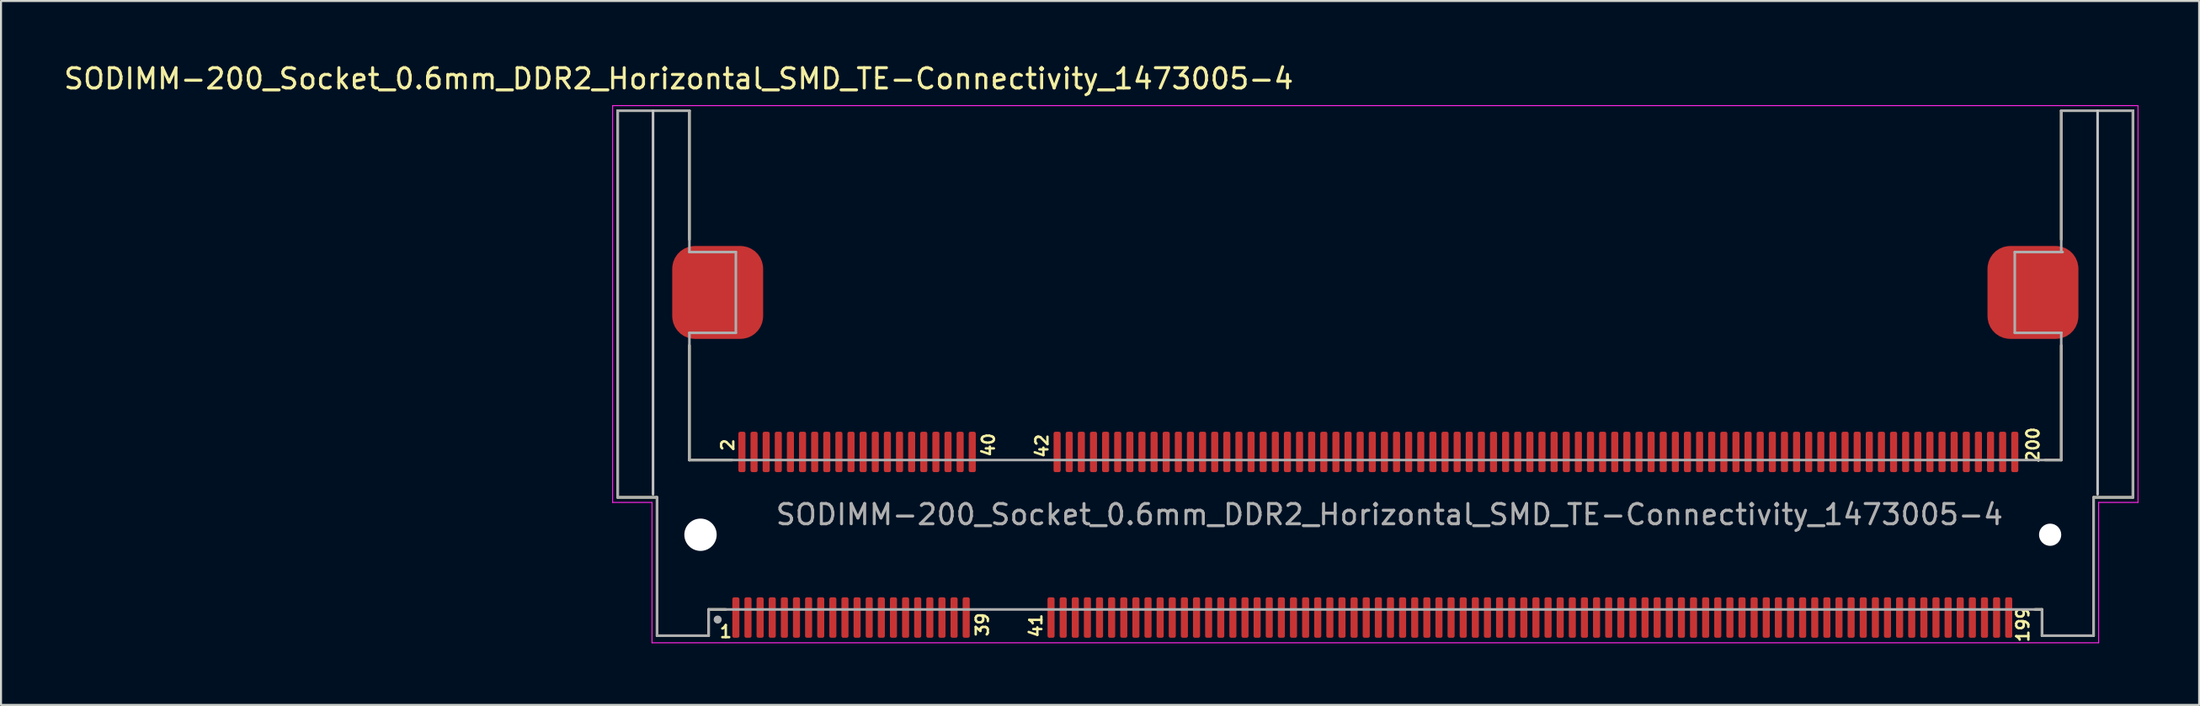
<source format=kicad_pcb>
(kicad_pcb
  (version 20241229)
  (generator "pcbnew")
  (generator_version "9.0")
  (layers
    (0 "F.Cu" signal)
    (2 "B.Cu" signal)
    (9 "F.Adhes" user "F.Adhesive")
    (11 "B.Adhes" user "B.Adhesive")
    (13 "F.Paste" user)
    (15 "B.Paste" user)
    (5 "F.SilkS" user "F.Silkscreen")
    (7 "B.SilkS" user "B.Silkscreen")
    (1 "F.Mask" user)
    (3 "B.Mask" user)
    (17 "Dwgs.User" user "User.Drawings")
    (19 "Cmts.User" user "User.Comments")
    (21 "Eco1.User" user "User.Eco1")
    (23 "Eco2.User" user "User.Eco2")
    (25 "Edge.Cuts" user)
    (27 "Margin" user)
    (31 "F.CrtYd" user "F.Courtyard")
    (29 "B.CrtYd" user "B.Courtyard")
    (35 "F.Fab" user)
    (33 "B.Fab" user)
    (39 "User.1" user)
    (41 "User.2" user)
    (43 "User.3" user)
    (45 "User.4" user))
  (footprint "SODIMM-200_Socket_0.6mm_DDR2_Horizontal_SMD_TE-Connectivity_1473005-4"
    (layer "F.Cu")
    (at 65.022 23.432)
    (property "Reference" "SODIMM-200_Socket_0.6mm_DDR2_Horizontal_SMD_TE-Connectivity_1473005-4" (at -34.48 -22.583 0) (unlocked yes) (layer "F.SilkS") (effects (font (size 1.002 1.002) (thickness 0.15))))
    (attr smd)
    (fp_line (start -37.5 -21) (end -37.5 -1.85) (stroke (width 0.127) (type solid)) (layer "F.SilkS"))
    (fp_line (start -37.5 -1.85) (end -35.55 -1.85) (stroke (width 0.127) (type solid)) (layer "F.SilkS"))
    (fp_line (start -35.55 -1.85) (end -35.55 5) (stroke (width 0.127) (type solid)) (layer "F.SilkS"))
    (fp_line (start -33.95 -21) (end -37.5 -21) (stroke (width 0.127) (type solid)) (layer "F.SilkS"))
    (fp_line (start -33.95 -14.62) (end -33.95 -21) (stroke (width 0.127) (type solid)) (layer "F.SilkS"))
    (fp_line (start -33.95 -3.7) (end -33.95 -9.38) (stroke (width 0.127) (type solid)) (layer "F.SilkS"))
    (fp_line (start -33.95 -3.7) (end -31.845 -3.7) (stroke (width 0.127) (type solid)) (layer "F.SilkS"))
    (fp_line (start -33 3.7) (end -33 5) (stroke (width 0.127) (type solid)) (layer "F.SilkS"))
    (fp_line (start -33 3.7) (end -32.145 3.7) (stroke (width 0.127) (type solid)) (layer "F.SilkS"))
    (fp_line (start -33 5) (end -35.55 5) (stroke (width 0.127) (type solid)) (layer "F.SilkS"))
    (fp_line (start 32.65 3.7) (end 33 3.7) (stroke (width 0.127) (type solid)) (layer "F.SilkS"))
    (fp_line (start 33 3.7) (end 33 5) (stroke (width 0.127) (type solid)) (layer "F.SilkS"))
    (fp_line (start 33 5) (end 35.55 5) (stroke (width 0.127) (type solid)) (layer "F.SilkS"))
    (fp_line (start 33.15 -3.7) (end 33.95 -3.7) (stroke (width 0.127) (type solid)) (layer "F.SilkS"))
    (fp_line (start 33.95 -21) (end 37.5 -21) (stroke (width 0.127) (type solid)) (layer "F.SilkS"))
    (fp_line (start 33.95 -14.62) (end 33.95 -21) (stroke (width 0.127) (type solid)) (layer "F.SilkS"))
    (fp_line (start 33.95 -3.7) (end 33.95 -9.38) (stroke (width 0.127) (type solid)) (layer "F.SilkS"))
    (fp_line (start 35.55 -1.85) (end 35.55 5) (stroke (width 0.127) (type solid)) (layer "F.SilkS"))
    (fp_line (start 35.55 -1.85) (end 37.5 -1.85) (stroke (width 0.127) (type solid)) (layer "F.SilkS"))
    (fp_line (start 37.5 -21) (end 37.5 -1.85) (stroke (width 0.127) (type solid)) (layer "F.SilkS"))
    (fp_line (start -35.75 -21) (end -35.75 -2) (stroke (width 0.127) (type solid)) (layer "Dwgs.User"))
    (fp_line (start 35.75 -21) (end 35.75 -2) (stroke (width 0.127) (type solid)) (layer "Dwgs.User"))
    (fp_line (start -37.75 -21.25) (end 37.75 -21.25) (stroke (width 0.05) (type solid)) (layer "F.CrtYd"))
    (fp_line (start -37.75 -1.6) (end -37.75 -21.25) (stroke (width 0.05) (type solid)) (layer "F.CrtYd"))
    (fp_line (start -35.8 -1.6) (end -37.75 -1.6) (stroke (width 0.05) (type solid)) (layer "F.CrtYd"))
    (fp_line (start -35.8 5.35) (end -35.8 -1.6) (stroke (width 0.05) (type solid)) (layer "F.CrtYd"))
    (fp_line (start 35.8 -1.6) (end 35.8 5.35) (stroke (width 0.05) (type solid)) (layer "F.CrtYd"))
    (fp_line (start 35.8 5.35) (end -35.8 5.35) (stroke (width 0.05) (type solid)) (layer "F.CrtYd"))
    (fp_line (start 37.75 -21.25) (end 37.75 -1.6) (stroke (width 0.05) (type solid)) (layer "F.CrtYd"))
    (fp_line (start 37.75 -1.6) (end 35.8 -1.6) (stroke (width 0.05) (type solid)) (layer "F.CrtYd"))
    (fp_line (start -37.5 -21) (end -37.5 -1.85) (stroke (width 0.127) (type solid)) (layer "F.Fab"))
    (fp_line (start -37.5 -1.85) (end -35.55 -1.85) (stroke (width 0.127) (type solid)) (layer "F.Fab"))
    (fp_line (start -35.55 -1.85) (end -35.55 5) (stroke (width 0.127) (type solid)) (layer "F.Fab"))
    (fp_line (start -33.95 -21) (end -37.5 -21) (stroke (width 0.127) (type solid)) (layer "F.Fab"))
    (fp_line (start -33.95 -14) (end -33.95 -21) (stroke (width 0.127) (type solid)) (layer "F.Fab"))
    (fp_line (start -33.95 -10) (end -31.65 -10) (stroke (width 0.127) (type solid)) (layer "F.Fab"))
    (fp_line (start -33.95 -3.7) (end -33.95 -10) (stroke (width 0.127) (type solid)) (layer "F.Fab"))
    (fp_line (start -33.95 -3.7) (end 33.95 -3.7) (stroke (width 0.127) (type solid)) (layer "F.Fab"))
    (fp_line (start -33 3.7) (end -33 5) (stroke (width 0.127) (type solid)) (layer "F.Fab"))
    (fp_line (start -33 3.7) (end 33 3.7) (stroke (width 0.127) (type solid)) (layer "F.Fab"))
    (fp_line (start -33 5) (end -35.55 5) (stroke (width 0.127) (type solid)) (layer "F.Fab"))
    (fp_line (start -31.65 -14) (end -33.95 -14) (stroke (width 0.127) (type solid)) (layer "F.Fab"))
    (fp_line (start -31.65 -10) (end -31.65 -14) (stroke (width 0.127) (type solid)) (layer "F.Fab"))
    (fp_line (start 31.65 -14) (end 33.95 -14) (stroke (width 0.127) (type solid)) (layer "F.Fab"))
    (fp_line (start 31.65 -10) (end 31.65 -14) (stroke (width 0.127) (type solid)) (layer "F.Fab"))
    (fp_line (start 33 3.7) (end 33 5) (stroke (width 0.127) (type solid)) (layer "F.Fab"))
    (fp_line (start 33 5) (end 35.55 5) (stroke (width 0.127) (type solid)) (layer "F.Fab"))
    (fp_line (start 33.95 -21) (end 37.5 -21) (stroke (width 0.127) (type solid)) (layer "F.Fab"))
    (fp_line (start 33.95 -14) (end 33.95 -21) (stroke (width 0.127) (type solid)) (layer "F.Fab"))
    (fp_line (start 33.95 -14) (end 34.02 -14) (stroke (width 0.127) (type solid)) (layer "F.Fab"))
    (fp_line (start 33.95 -10) (end 31.65 -10) (stroke (width 0.127) (type solid)) (layer "F.Fab"))
    (fp_line (start 33.95 -3.7) (end 33.95 -10) (stroke (width 0.127) (type solid)) (layer "F.Fab"))
    (fp_line (start 33.96 -10) (end 33.95 -10) (stroke (width 0.127) (type solid)) (layer "F.Fab"))
    (fp_line (start 35.55 -1.85) (end 37.5 -1.85) (stroke (width 0.127) (type solid)) (layer "F.Fab"))
    (fp_line (start 35.55 5) (end 35.55 -1.85) (stroke (width 0.127) (type solid)) (layer "F.Fab"))
    (fp_line (start 37.5 -21) (end 37.5 -1.85) (stroke (width 0.127) (type solid)) (layer "F.Fab"))
    (fp_circle (center -32.55 4.2) (end -32.45 4.2) (stroke (width 0.2) (type solid)) (fill no) (layer "F.Fab"))
    (fp_text user "1" (at -32.15 4.8 180) (layer "F.SilkS") (effects (font (size 0.6 0.6) (thickness 0.12))))
    (fp_text user "42" (at -16.5 -4.4 90) (layer "F.SilkS") (effects (font (size 0.6 0.6) (thickness 0.12))))
    (fp_text user "199" (at 32.05 4.45 90) (layer "F.SilkS") (effects (font (size 0.6 0.6) (thickness 0.12))))
    (fp_text user "41" (at -16.8 4.5 90) (layer "F.SilkS") (effects (font (size 0.6 0.6) (thickness 0.12))))
    (fp_text user "200" (at 32.55 -4.45 90) (layer "F.SilkS") (effects (font (size 0.6 0.6) (thickness 0.12))))
    (fp_text user "40" (at -19.15 -4.45 90) (layer "F.SilkS") (effects (font (size 0.6 0.6) (thickness 0.12))))
    (fp_text user "39" (at -19.45 4.45 90) (layer "F.SilkS") (effects (font (size 0.6 0.6) (thickness 0.12))))
    (fp_text user "2" (at -32.05 -4.45 90) (layer "F.SilkS") (effects (font (size 0.6 0.6) (thickness 0.12))))
    (fp_text user "${REFERENCE}" (at 0.7 -1 0) (layer "F.Fab") (effects (font (size 1 1) (thickness 0.15))))
    (pad "" np_thru_hole circle (at -33.4 0) (size 1.6 1.6) (drill 1.6) (layers "*.Cu" "*.Mask"))
    (pad "" np_thru_hole circle (at 33.4 0) (size 1.1 1.1) (drill 1.1) (layers "*.Cu" "*.Mask"))
    (pad "1" smd roundrect (at -31.65 4.1) (size 0.35 2) (layers "F.Cu" "F.Mask" "F.Paste") (roundrect_rratio 0.25))
    (pad "2" smd roundrect (at -31.35 -4.1) (size 0.35 2) (layers "F.Cu" "F.Mask" "F.Paste") (roundrect_rratio 0.25))
    (pad "3" smd roundrect (at -31.05 4.1) (size 0.35 2) (layers "F.Cu" "F.Mask" "F.Paste") (roundrect_rratio 0.25))
    (pad "4" smd roundrect (at -30.75 -4.1) (size 0.35 2) (layers "F.Cu" "F.Mask" "F.Paste") (roundrect_rratio 0.25))
    (pad "5" smd roundrect (at -30.45 4.1) (size 0.35 2) (layers "F.Cu" "F.Mask" "F.Paste") (roundrect_rratio 0.25))
    (pad "6" smd roundrect (at -30.15 -4.1) (size 0.35 2) (layers "F.Cu" "F.Mask" "F.Paste") (roundrect_rratio 0.25))
    (pad "7" smd roundrect (at -29.85 4.1) (size 0.35 2) (layers "F.Cu" "F.Mask" "F.Paste") (roundrect_rratio 0.25))
    (pad "8" smd roundrect (at -29.55 -4.1) (size 0.35 2) (layers "F.Cu" "F.Mask" "F.Paste") (roundrect_rratio 0.25))
    (pad "9" smd roundrect (at -29.25 4.1) (size 0.35 2) (layers "F.Cu" "F.Mask" "F.Paste") (roundrect_rratio 0.25))
    (pad "10" smd roundrect (at -28.95 -4.1) (size 0.35 2) (layers "F.Cu" "F.Mask" "F.Paste") (roundrect_rratio 0.25))
    (pad "11" smd roundrect (at -28.65 4.1) (size 0.35 2) (layers "F.Cu" "F.Mask" "F.Paste") (roundrect_rratio 0.25))
    (pad "12" smd roundrect (at -28.35 -4.1) (size 0.35 2) (layers "F.Cu" "F.Mask" "F.Paste") (roundrect_rratio 0.25))
    (pad "13" smd roundrect (at -28.05 4.1) (size 0.35 2) (layers "F.Cu" "F.Mask" "F.Paste") (roundrect_rratio 0.25))
    (pad "14" smd roundrect (at -27.75 -4.1) (size 0.35 2) (layers "F.Cu" "F.Mask" "F.Paste") (roundrect_rratio 0.25))
    (pad "15" smd roundrect (at -27.45 4.1) (size 0.35 2) (layers "F.Cu" "F.Mask" "F.Paste") (roundrect_rratio 0.25))
    (pad "16" smd roundrect (at -27.15 -4.1) (size 0.35 2) (layers "F.Cu" "F.Mask" "F.Paste") (roundrect_rratio 0.25))
    (pad "17" smd roundrect (at -26.85 4.1) (size 0.35 2) (layers "F.Cu" "F.Mask" "F.Paste") (roundrect_rratio 0.25))
    (pad "18" smd roundrect (at -26.55 -4.1) (size 0.35 2) (layers "F.Cu" "F.Mask" "F.Paste") (roundrect_rratio 0.25))
    (pad "19" smd roundrect (at -26.25 4.1) (size 0.35 2) (layers "F.Cu" "F.Mask" "F.Paste") (roundrect_rratio 0.25))
    (pad "20" smd roundrect (at -25.95 -4.1) (size 0.35 2) (layers "F.Cu" "F.Mask" "F.Paste") (roundrect_rratio 0.25))
    (pad "21" smd roundrect (at -25.65 4.1) (size 0.35 2) (layers "F.Cu" "F.Mask" "F.Paste") (roundrect_rratio 0.25))
    (pad "22" smd roundrect (at -25.35 -4.1) (size 0.35 2) (layers "F.Cu" "F.Mask" "F.Paste") (roundrect_rratio 0.25))
    (pad "23" smd roundrect (at -25.05 4.1) (size 0.35 2) (layers "F.Cu" "F.Mask" "F.Paste") (roundrect_rratio 0.25))
    (pad "24" smd roundrect (at -24.75 -4.1) (size 0.35 2) (layers "F.Cu" "F.Mask" "F.Paste") (roundrect_rratio 0.25))
    (pad "25" smd roundrect (at -24.45 4.1) (size 0.35 2) (layers "F.Cu" "F.Mask" "F.Paste") (roundrect_rratio 0.25))
    (pad "26" smd roundrect (at -24.15 -4.1) (size 0.35 2) (layers "F.Cu" "F.Mask" "F.Paste") (roundrect_rratio 0.25))
    (pad "27" smd roundrect (at -23.85 4.1) (size 0.35 2) (layers "F.Cu" "F.Mask" "F.Paste") (roundrect_rratio 0.25))
    (pad "28" smd roundrect (at -23.55 -4.1) (size 0.35 2) (layers "F.Cu" "F.Mask" "F.Paste") (roundrect_rratio 0.25))
    (pad "29" smd roundrect (at -23.25 4.1) (size 0.35 2) (layers "F.Cu" "F.Mask" "F.Paste") (roundrect_rratio 0.25))
    (pad "30" smd roundrect (at -22.95 -4.1) (size 0.35 2) (layers "F.Cu" "F.Mask" "F.Paste") (roundrect_rratio 0.25))
    (pad "31" smd roundrect (at -22.65 4.1) (size 0.35 2) (layers "F.Cu" "F.Mask" "F.Paste") (roundrect_rratio 0.25))
    (pad "32" smd roundrect (at -22.35 -4.1) (size 0.35 2) (layers "F.Cu" "F.Mask" "F.Paste") (roundrect_rratio 0.25))
    (pad "33" smd roundrect (at -22.05 4.1) (size 0.35 2) (layers "F.Cu" "F.Mask" "F.Paste") (roundrect_rratio 0.25))
    (pad "34" smd roundrect (at -21.75 -4.1) (size 0.35 2) (layers "F.Cu" "F.Mask" "F.Paste") (roundrect_rratio 0.25))
    (pad "35" smd roundrect (at -21.45 4.1) (size 0.35 2) (layers "F.Cu" "F.Mask" "F.Paste") (roundrect_rratio 0.25))
    (pad "36" smd roundrect (at -21.15 -4.1) (size 0.35 2) (layers "F.Cu" "F.Mask" "F.Paste") (roundrect_rratio 0.25))
    (pad "37" smd roundrect (at -20.85 4.1) (size 0.35 2) (layers "F.Cu" "F.Mask" "F.Paste") (roundrect_rratio 0.25))
    (pad "38" smd roundrect (at -20.55 -4.1) (size 0.35 2) (layers "F.Cu" "F.Mask" "F.Paste") (roundrect_rratio 0.25))
    (pad "39" smd roundrect (at -20.25 4.1) (size 0.35 2) (layers "F.Cu" "F.Mask" "F.Paste") (roundrect_rratio 0.25))
    (pad "40" smd roundrect (at -19.95 -4.1) (size 0.35 2) (layers "F.Cu" "F.Mask" "F.Paste") (roundrect_rratio 0.25))
    (pad "41" smd roundrect (at -16.05 4.1) (size 0.35 2) (layers "F.Cu" "F.Mask" "F.Paste") (roundrect_rratio 0.25))
    (pad "42" smd roundrect (at -15.75 -4.1) (size 0.35 2) (layers "F.Cu" "F.Mask" "F.Paste") (roundrect_rratio 0.25))
    (pad "43" smd roundrect (at -15.45 4.1) (size 0.35 2) (layers "F.Cu" "F.Mask" "F.Paste") (roundrect_rratio 0.25))
    (pad "44" smd roundrect (at -15.15 -4.1) (size 0.35 2) (layers "F.Cu" "F.Mask" "F.Paste") (roundrect_rratio 0.25))
    (pad "45" smd roundrect (at -14.85 4.1) (size 0.35 2) (layers "F.Cu" "F.Mask" "F.Paste") (roundrect_rratio 0.25))
    (pad "46" smd roundrect (at -14.55 -4.1) (size 0.35 2) (layers "F.Cu" "F.Mask" "F.Paste") (roundrect_rratio 0.25))
    (pad "47" smd roundrect (at -14.25 4.1) (size 0.35 2) (layers "F.Cu" "F.Mask" "F.Paste") (roundrect_rratio 0.25))
    (pad "48" smd roundrect (at -13.95 -4.1) (size 0.35 2) (layers "F.Cu" "F.Mask" "F.Paste") (roundrect_rratio 0.25))
    (pad "49" smd roundrect (at -13.65 4.1) (size 0.35 2) (layers "F.Cu" "F.Mask" "F.Paste") (roundrect_rratio 0.25))
    (pad "50" smd roundrect (at -13.35 -4.1) (size 0.35 2) (layers "F.Cu" "F.Mask" "F.Paste") (roundrect_rratio 0.25))
    (pad "51" smd roundrect (at -13.05 4.1) (size 0.35 2) (layers "F.Cu" "F.Mask" "F.Paste") (roundrect_rratio 0.25))
    (pad "52" smd roundrect (at -12.75 -4.1) (size 0.35 2) (layers "F.Cu" "F.Mask" "F.Paste") (roundrect_rratio 0.25))
    (pad "53" smd roundrect (at -12.45 4.1) (size 0.35 2) (layers "F.Cu" "F.Mask" "F.Paste") (roundrect_rratio 0.25))
    (pad "54" smd roundrect (at -12.15 -4.1) (size 0.35 2) (layers "F.Cu" "F.Mask" "F.Paste") (roundrect_rratio 0.25))
    (pad "55" smd roundrect (at -11.85 4.1) (size 0.35 2) (layers "F.Cu" "F.Mask" "F.Paste") (roundrect_rratio 0.25))
    (pad "56" smd roundrect (at -11.55 -4.1) (size 0.35 2) (layers "F.Cu" "F.Mask" "F.Paste") (roundrect_rratio 0.25))
    (pad "57" smd roundrect (at -11.25 4.1) (size 0.35 2) (layers "F.Cu" "F.Mask" "F.Paste") (roundrect_rratio 0.25))
    (pad "58" smd roundrect (at -10.95 -4.1) (size 0.35 2) (layers "F.Cu" "F.Mask" "F.Paste") (roundrect_rratio 0.25))
    (pad "59" smd roundrect (at -10.65 4.1) (size 0.35 2) (layers "F.Cu" "F.Mask" "F.Paste") (roundrect_rratio 0.25))
    (pad "60" smd roundrect (at -10.35 -4.1) (size 0.35 2) (layers "F.Cu" "F.Mask" "F.Paste") (roundrect_rratio 0.25))
    (pad "61" smd roundrect (at -10.05 4.1) (size 0.35 2) (layers "F.Cu" "F.Mask" "F.Paste") (roundrect_rratio 0.25))
    (pad "62" smd roundrect (at -9.75 -4.1) (size 0.35 2) (layers "F.Cu" "F.Mask" "F.Paste") (roundrect_rratio 0.25))
    (pad "63" smd roundrect (at -9.45 4.1) (size 0.35 2) (layers "F.Cu" "F.Mask" "F.Paste") (roundrect_rratio 0.25))
    (pad "64" smd roundrect (at -9.15 -4.1) (size 0.35 2) (layers "F.Cu" "F.Mask" "F.Paste") (roundrect_rratio 0.25))
    (pad "65" smd roundrect (at -8.85 4.1) (size 0.35 2) (layers "F.Cu" "F.Mask" "F.Paste") (roundrect_rratio 0.25))
    (pad "66" smd roundrect (at -8.55 -4.1) (size 0.35 2) (layers "F.Cu" "F.Mask" "F.Paste") (roundrect_rratio 0.25))
    (pad "67" smd roundrect (at -8.25 4.1) (size 0.35 2) (layers "F.Cu" "F.Mask" "F.Paste") (roundrect_rratio 0.25))
    (pad "68" smd roundrect (at -7.95 -4.1) (size 0.35 2) (layers "F.Cu" "F.Mask" "F.Paste") (roundrect_rratio 0.25))
    (pad "69" smd roundrect (at -7.65 4.1) (size 0.35 2) (layers "F.Cu" "F.Mask" "F.Paste") (roundrect_rratio 0.25))
    (pad "70" smd roundrect (at -7.35 -4.1) (size 0.35 2) (layers "F.Cu" "F.Mask" "F.Paste") (roundrect_rratio 0.25))
    (pad "71" smd roundrect (at -7.05 4.1) (size 0.35 2) (layers "F.Cu" "F.Mask" "F.Paste") (roundrect_rratio 0.25))
    (pad "72" smd roundrect (at -6.75 -4.1) (size 0.35 2) (layers "F.Cu" "F.Mask" "F.Paste") (roundrect_rratio 0.25))
    (pad "73" smd roundrect (at -6.45 4.1) (size 0.35 2) (layers "F.Cu" "F.Mask" "F.Paste") (roundrect_rratio 0.25))
    (pad "74" smd roundrect (at -6.15 -4.1) (size 0.35 2) (layers "F.Cu" "F.Mask" "F.Paste") (roundrect_rratio 0.25))
    (pad "75" smd roundrect (at -5.85 4.1) (size 0.35 2) (layers "F.Cu" "F.Mask" "F.Paste") (roundrect_rratio 0.25))
    (pad "76" smd roundrect (at -5.55 -4.1) (size 0.35 2) (layers "F.Cu" "F.Mask" "F.Paste") (roundrect_rratio 0.25))
    (pad "77" smd roundrect (at -5.25 4.1) (size 0.35 2) (layers "F.Cu" "F.Mask" "F.Paste") (roundrect_rratio 0.25))
    (pad "78" smd roundrect (at -4.95 -4.1) (size 0.35 2) (layers "F.Cu" "F.Mask" "F.Paste") (roundrect_rratio 0.25))
    (pad "79" smd roundrect (at -4.65 4.1) (size 0.35 2) (layers "F.Cu" "F.Mask" "F.Paste") (roundrect_rratio 0.25))
    (pad "80" smd roundrect (at -4.35 -4.1) (size 0.35 2) (layers "F.Cu" "F.Mask" "F.Paste") (roundrect_rratio 0.25))
    (pad "81" smd roundrect (at -4.05 4.1) (size 0.35 2) (layers "F.Cu" "F.Mask" "F.Paste") (roundrect_rratio 0.25))
    (pad "82" smd roundrect (at -3.75 -4.1) (size 0.35 2) (layers "F.Cu" "F.Mask" "F.Paste") (roundrect_rratio 0.25))
    (pad "83" smd roundrect (at -3.45 4.1) (size 0.35 2) (layers "F.Cu" "F.Mask" "F.Paste") (roundrect_rratio 0.25))
    (pad "84" smd roundrect (at -3.15 -4.1) (size 0.35 2) (layers "F.Cu" "F.Mask" "F.Paste") (roundrect_rratio 0.25))
    (pad "85" smd roundrect (at -2.85 4.1) (size 0.35 2) (layers "F.Cu" "F.Mask" "F.Paste") (roundrect_rratio 0.25))
    (pad "86" smd roundrect (at -2.55 -4.1) (size 0.35 2) (layers "F.Cu" "F.Mask" "F.Paste") (roundrect_rratio 0.25))
    (pad "87" smd roundrect (at -2.25 4.1) (size 0.35 2) (layers "F.Cu" "F.Mask" "F.Paste") (roundrect_rratio 0.25))
    (pad "88" smd roundrect (at -1.95 -4.1) (size 0.35 2) (layers "F.Cu" "F.Mask" "F.Paste") (roundrect_rratio 0.25))
    (pad "89" smd roundrect (at -1.65 4.1) (size 0.35 2) (layers "F.Cu" "F.Mask" "F.Paste") (roundrect_rratio 0.25))
    (pad "90" smd roundrect (at -1.35 -4.1) (size 0.35 2) (layers "F.Cu" "F.Mask" "F.Paste") (roundrect_rratio 0.25))
    (pad "91" smd roundrect (at -1.05 4.1) (size 0.35 2) (layers "F.Cu" "F.Mask" "F.Paste") (roundrect_rratio 0.25))
    (pad "92" smd roundrect (at -0.75 -4.1) (size 0.35 2) (layers "F.Cu" "F.Mask" "F.Paste") (roundrect_rratio 0.25))
    (pad "93" smd roundrect (at -0.45 4.1) (size 0.35 2) (layers "F.Cu" "F.Mask" "F.Paste") (roundrect_rratio 0.25))
    (pad "94" smd roundrect (at -0.15 -4.1) (size 0.35 2) (layers "F.Cu" "F.Mask" "F.Paste") (roundrect_rratio 0.25))
    (pad "95" smd roundrect (at 0.15 4.1) (size 0.35 2) (layers "F.Cu" "F.Mask" "F.Paste") (roundrect_rratio 0.25))
    (pad "96" smd roundrect (at 0.45 -4.1) (size 0.35 2) (layers "F.Cu" "F.Mask" "F.Paste") (roundrect_rratio 0.25))
    (pad "97" smd roundrect (at 0.75 4.1) (size 0.35 2) (layers "F.Cu" "F.Mask" "F.Paste") (roundrect_rratio 0.25))
    (pad "98" smd roundrect (at 1.05 -4.1) (size 0.35 2) (layers "F.Cu" "F.Mask" "F.Paste") (roundrect_rratio 0.25))
    (pad "99" smd roundrect (at 1.35 4.1) (size 0.35 2) (layers "F.Cu" "F.Mask" "F.Paste") (roundrect_rratio 0.25))
    (pad "100" smd roundrect (at 1.65 -4.1) (size 0.35 2) (layers "F.Cu" "F.Mask" "F.Paste") (roundrect_rratio 0.25))
    (pad "101" smd roundrect (at 1.95 4.1) (size 0.35 2) (layers "F.Cu" "F.Mask" "F.Paste") (roundrect_rratio 0.25))
    (pad "102" smd roundrect (at 2.25 -4.1) (size 0.35 2) (layers "F.Cu" "F.Mask" "F.Paste") (roundrect_rratio 0.25))
    (pad "103" smd roundrect (at 2.55 4.1) (size 0.35 2) (layers "F.Cu" "F.Mask" "F.Paste") (roundrect_rratio 0.25))
    (pad "104" smd roundrect (at 2.85 -4.1) (size 0.35 2) (layers "F.Cu" "F.Mask" "F.Paste") (roundrect_rratio 0.25))
    (pad "105" smd roundrect (at 3.15 4.1) (size 0.35 2) (layers "F.Cu" "F.Mask" "F.Paste") (roundrect_rratio 0.25))
    (pad "106" smd roundrect (at 3.45 -4.1) (size 0.35 2) (layers "F.Cu" "F.Mask" "F.Paste") (roundrect_rratio 0.25))
    (pad "107" smd roundrect (at 3.75 4.1) (size 0.35 2) (layers "F.Cu" "F.Mask" "F.Paste") (roundrect_rratio 0.25))
    (pad "108" smd roundrect (at 4.05 -4.1) (size 0.35 2) (layers "F.Cu" "F.Mask" "F.Paste") (roundrect_rratio 0.25))
    (pad "109" smd roundrect (at 4.35 4.1) (size 0.35 2) (layers "F.Cu" "F.Mask" "F.Paste") (roundrect_rratio 0.25))
    (pad "110" smd roundrect (at 4.65 -4.1) (size 0.35 2) (layers "F.Cu" "F.Mask" "F.Paste") (roundrect_rratio 0.25))
    (pad "111" smd roundrect (at 4.95 4.1) (size 0.35 2) (layers "F.Cu" "F.Mask" "F.Paste") (roundrect_rratio 0.25))
    (pad "112" smd roundrect (at 5.25 -4.1) (size 0.35 2) (layers "F.Cu" "F.Mask" "F.Paste") (roundrect_rratio 0.25))
    (pad "113" smd roundrect (at 5.55 4.1) (size 0.35 2) (layers "F.Cu" "F.Mask" "F.Paste") (roundrect_rratio 0.25))
    (pad "114" smd roundrect (at 5.85 -4.1) (size 0.35 2) (layers "F.Cu" "F.Mask" "F.Paste") (roundrect_rratio 0.25))
    (pad "115" smd roundrect (at 6.15 4.1) (size 0.35 2) (layers "F.Cu" "F.Mask" "F.Paste") (roundrect_rratio 0.25))
    (pad "116" smd roundrect (at 6.45 -4.1) (size 0.35 2) (layers "F.Cu" "F.Mask" "F.Paste") (roundrect_rratio 0.25))
    (pad "117" smd roundrect (at 6.75 4.1) (size 0.35 2) (layers "F.Cu" "F.Mask" "F.Paste") (roundrect_rratio 0.25))
    (pad "118" smd roundrect (at 7.05 -4.1) (size 0.35 2) (layers "F.Cu" "F.Mask" "F.Paste") (roundrect_rratio 0.25))
    (pad "119" smd roundrect (at 7.35 4.1) (size 0.35 2) (layers "F.Cu" "F.Mask" "F.Paste") (roundrect_rratio 0.25))
    (pad "120" smd roundrect (at 7.65 -4.1) (size 0.35 2) (layers "F.Cu" "F.Mask" "F.Paste") (roundrect_rratio 0.25))
    (pad "121" smd roundrect (at 7.95 4.1) (size 0.35 2) (layers "F.Cu" "F.Mask" "F.Paste") (roundrect_rratio 0.25))
    (pad "122" smd roundrect (at 8.25 -4.1) (size 0.35 2) (layers "F.Cu" "F.Mask" "F.Paste") (roundrect_rratio 0.25))
    (pad "123" smd roundrect (at 8.55 4.1) (size 0.35 2) (layers "F.Cu" "F.Mask" "F.Paste") (roundrect_rratio 0.25))
    (pad "124" smd roundrect (at 8.85 -4.1) (size 0.35 2) (layers "F.Cu" "F.Mask" "F.Paste") (roundrect_rratio 0.25))
    (pad "125" smd roundrect (at 9.15 4.1) (size 0.35 2) (layers "F.Cu" "F.Mask" "F.Paste") (roundrect_rratio 0.25))
    (pad "126" smd roundrect (at 9.45 -4.1) (size 0.35 2) (layers "F.Cu" "F.Mask" "F.Paste") (roundrect_rratio 0.25))
    (pad "127" smd roundrect (at 9.75 4.1) (size 0.35 2) (layers "F.Cu" "F.Mask" "F.Paste") (roundrect_rratio 0.25))
    (pad "128" smd roundrect (at 10.05 -4.1) (size 0.35 2) (layers "F.Cu" "F.Mask" "F.Paste") (roundrect_rratio 0.25))
    (pad "129" smd roundrect (at 10.35 4.1) (size 0.35 2) (layers "F.Cu" "F.Mask" "F.Paste") (roundrect_rratio 0.25))
    (pad "130" smd roundrect (at 10.65 -4.1) (size 0.35 2) (layers "F.Cu" "F.Mask" "F.Paste") (roundrect_rratio 0.25))
    (pad "131" smd roundrect (at 10.95 4.1) (size 0.35 2) (layers "F.Cu" "F.Mask" "F.Paste") (roundrect_rratio 0.25))
    (pad "132" smd roundrect (at 11.25 -4.1) (size 0.35 2) (layers "F.Cu" "F.Mask" "F.Paste") (roundrect_rratio 0.25))
    (pad "133" smd roundrect (at 11.55 4.1) (size 0.35 2) (layers "F.Cu" "F.Mask" "F.Paste") (roundrect_rratio 0.25))
    (pad "134" smd roundrect (at 11.85 -4.1) (size 0.35 2) (layers "F.Cu" "F.Mask" "F.Paste") (roundrect_rratio 0.25))
    (pad "135" smd roundrect (at 12.15 4.1) (size 0.35 2) (layers "F.Cu" "F.Mask" "F.Paste") (roundrect_rratio 0.25))
    (pad "136" smd roundrect (at 12.45 -4.1) (size 0.35 2) (layers "F.Cu" "F.Mask" "F.Paste") (roundrect_rratio 0.25))
    (pad "137" smd roundrect (at 12.75 4.1) (size 0.35 2) (layers "F.Cu" "F.Mask" "F.Paste") (roundrect_rratio 0.25))
    (pad "138" smd roundrect (at 13.05 -4.1) (size 0.35 2) (layers "F.Cu" "F.Mask" "F.Paste") (roundrect_rratio 0.25))
    (pad "139" smd roundrect (at 13.35 4.1) (size 0.35 2) (layers "F.Cu" "F.Mask" "F.Paste") (roundrect_rratio 0.25))
    (pad "140" smd roundrect (at 13.65 -4.1) (size 0.35 2) (layers "F.Cu" "F.Mask" "F.Paste") (roundrect_rratio 0.25))
    (pad "141" smd roundrect (at 13.95 4.1) (size 0.35 2) (layers "F.Cu" "F.Mask" "F.Paste") (roundrect_rratio 0.25))
    (pad "142" smd roundrect (at 14.25 -4.1) (size 0.35 2) (layers "F.Cu" "F.Mask" "F.Paste") (roundrect_rratio 0.25))
    (pad "143" smd roundrect (at 14.55 4.1) (size 0.35 2) (layers "F.Cu" "F.Mask" "F.Paste") (roundrect_rratio 0.25))
    (pad "144" smd roundrect (at 14.85 -4.1) (size 0.35 2) (layers "F.Cu" "F.Mask" "F.Paste") (roundrect_rratio 0.25))
    (pad "145" smd roundrect (at 15.15 4.1) (size 0.35 2) (layers "F.Cu" "F.Mask" "F.Paste") (roundrect_rratio 0.25))
    (pad "146" smd roundrect (at 15.45 -4.1) (size 0.35 2) (layers "F.Cu" "F.Mask" "F.Paste") (roundrect_rratio 0.25))
    (pad "147" smd roundrect (at 15.75 4.1) (size 0.35 2) (layers "F.Cu" "F.Mask" "F.Paste") (roundrect_rratio 0.25))
    (pad "148" smd roundrect (at 16.05 -4.1) (size 0.35 2) (layers "F.Cu" "F.Mask" "F.Paste") (roundrect_rratio 0.25))
    (pad "149" smd roundrect (at 16.35 4.1) (size 0.35 2) (layers "F.Cu" "F.Mask" "F.Paste") (roundrect_rratio 0.25))
    (pad "150" smd roundrect (at 16.65 -4.1) (size 0.35 2) (layers "F.Cu" "F.Mask" "F.Paste") (roundrect_rratio 0.25))
    (pad "151" smd roundrect (at 16.95 4.1) (size 0.35 2) (layers "F.Cu" "F.Mask" "F.Paste") (roundrect_rratio 0.25))
    (pad "152" smd roundrect (at 17.25 -4.1) (size 0.35 2) (layers "F.Cu" "F.Mask" "F.Paste") (roundrect_rratio 0.25))
    (pad "153" smd roundrect (at 17.55 4.1) (size 0.35 2) (layers "F.Cu" "F.Mask" "F.Paste") (roundrect_rratio 0.25))
    (pad "154" smd roundrect (at 17.85 -4.1) (size 0.35 2) (layers "F.Cu" "F.Mask" "F.Paste") (roundrect_rratio 0.25))
    (pad "155" smd roundrect (at 18.15 4.1) (size 0.35 2) (layers "F.Cu" "F.Mask" "F.Paste") (roundrect_rratio 0.25))
    (pad "156" smd roundrect (at 18.45 -4.1) (size 0.35 2) (layers "F.Cu" "F.Mask" "F.Paste") (roundrect_rratio 0.25))
    (pad "157" smd roundrect (at 18.75 4.1) (size 0.35 2) (layers "F.Cu" "F.Mask" "F.Paste") (roundrect_rratio 0.25))
    (pad "158" smd roundrect (at 19.05 -4.1) (size 0.35 2) (layers "F.Cu" "F.Mask" "F.Paste") (roundrect_rratio 0.25))
    (pad "159" smd roundrect (at 19.35 4.1) (size 0.35 2) (layers "F.Cu" "F.Mask" "F.Paste") (roundrect_rratio 0.25))
    (pad "160" smd roundrect (at 19.65 -4.1) (size 0.35 2) (layers "F.Cu" "F.Mask" "F.Paste") (roundrect_rratio 0.25))
    (pad "161" smd roundrect (at 19.95 4.1) (size 0.35 2) (layers "F.Cu" "F.Mask" "F.Paste") (roundrect_rratio 0.25))
    (pad "162" smd roundrect (at 20.25 -4.1) (size 0.35 2) (layers "F.Cu" "F.Mask" "F.Paste") (roundrect_rratio 0.25))
    (pad "163" smd roundrect (at 20.55 4.1) (size 0.35 2) (layers "F.Cu" "F.Mask" "F.Paste") (roundrect_rratio 0.25))
    (pad "164" smd roundrect (at 20.85 -4.1) (size 0.35 2) (layers "F.Cu" "F.Mask" "F.Paste") (roundrect_rratio 0.25))
    (pad "165" smd roundrect (at 21.15 4.1) (size 0.35 2) (layers "F.Cu" "F.Mask" "F.Paste") (roundrect_rratio 0.25))
    (pad "166" smd roundrect (at 21.45 -4.1) (size 0.35 2) (layers "F.Cu" "F.Mask" "F.Paste") (roundrect_rratio 0.25))
    (pad "167" smd roundrect (at 21.75 4.1) (size 0.35 2) (layers "F.Cu" "F.Mask" "F.Paste") (roundrect_rratio 0.25))
    (pad "168" smd roundrect (at 22.05 -4.1) (size 0.35 2) (layers "F.Cu" "F.Mask" "F.Paste") (roundrect_rratio 0.25))
    (pad "169" smd roundrect (at 22.35 4.1) (size 0.35 2) (layers "F.Cu" "F.Mask" "F.Paste") (roundrect_rratio 0.25))
    (pad "170" smd roundrect (at 22.65 -4.1) (size 0.35 2) (layers "F.Cu" "F.Mask" "F.Paste") (roundrect_rratio 0.25))
    (pad "171" smd roundrect (at 22.95 4.1) (size 0.35 2) (layers "F.Cu" "F.Mask" "F.Paste") (roundrect_rratio 0.25))
    (pad "172" smd roundrect (at 23.25 -4.1) (size 0.35 2) (layers "F.Cu" "F.Mask" "F.Paste") (roundrect_rratio 0.25))
    (pad "173" smd roundrect (at 23.55 4.1) (size 0.35 2) (layers "F.Cu" "F.Mask" "F.Paste") (roundrect_rratio 0.25))
    (pad "174" smd roundrect (at 23.85 -4.1) (size 0.35 2) (layers "F.Cu" "F.Mask" "F.Paste") (roundrect_rratio 0.25))
    (pad "175" smd roundrect (at 24.15 4.1) (size 0.35 2) (layers "F.Cu" "F.Mask" "F.Paste") (roundrect_rratio 0.25))
    (pad "176" smd roundrect (at 24.45 -4.1) (size 0.35 2) (layers "F.Cu" "F.Mask" "F.Paste") (roundrect_rratio 0.25))
    (pad "177" smd roundrect (at 24.75 4.1) (size 0.35 2) (layers "F.Cu" "F.Mask" "F.Paste") (roundrect_rratio 0.25))
    (pad "178" smd roundrect (at 25.05 -4.1) (size 0.35 2) (layers "F.Cu" "F.Mask" "F.Paste") (roundrect_rratio 0.25))
    (pad "179" smd roundrect (at 25.35 4.1) (size 0.35 2) (layers "F.Cu" "F.Mask" "F.Paste") (roundrect_rratio 0.25))
    (pad "180" smd roundrect (at 25.65 -4.1) (size 0.35 2) (layers "F.Cu" "F.Mask" "F.Paste") (roundrect_rratio 0.25))
    (pad "181" smd roundrect (at 25.95 4.1) (size 0.35 2) (layers "F.Cu" "F.Mask" "F.Paste") (roundrect_rratio 0.25))
    (pad "182" smd roundrect (at 26.25 -4.1) (size 0.35 2) (layers "F.Cu" "F.Mask" "F.Paste") (roundrect_rratio 0.25))
    (pad "183" smd roundrect (at 26.55 4.1) (size 0.35 2) (layers "F.Cu" "F.Mask" "F.Paste") (roundrect_rratio 0.25))
    (pad "184" smd roundrect (at 26.85 -4.1) (size 0.35 2) (layers "F.Cu" "F.Mask" "F.Paste") (roundrect_rratio 0.25))
    (pad "185" smd roundrect (at 27.15 4.1) (size 0.35 2) (layers "F.Cu" "F.Mask" "F.Paste") (roundrect_rratio 0.25))
    (pad "186" smd roundrect (at 27.45 -4.1) (size 0.35 2) (layers "F.Cu" "F.Mask" "F.Paste") (roundrect_rratio 0.25))
    (pad "187" smd roundrect (at 27.75 4.1) (size 0.35 2) (layers "F.Cu" "F.Mask" "F.Paste") (roundrect_rratio 0.25))
    (pad "188" smd roundrect (at 28.05 -4.1) (size 0.35 2) (layers "F.Cu" "F.Mask" "F.Paste") (roundrect_rratio 0.25))
    (pad "189" smd roundrect (at 28.35 4.1) (size 0.35 2) (layers "F.Cu" "F.Mask" "F.Paste") (roundrect_rratio 0.25))
    (pad "190" smd roundrect (at 28.65 -4.1) (size 0.35 2) (layers "F.Cu" "F.Mask" "F.Paste") (roundrect_rratio 0.25))
    (pad "191" smd roundrect (at 28.95 4.1) (size 0.35 2) (layers "F.Cu" "F.Mask" "F.Paste") (roundrect_rratio 0.25))
    (pad "192" smd roundrect (at 29.25 -4.1) (size 0.35 2) (layers "F.Cu" "F.Mask" "F.Paste") (roundrect_rratio 0.25))
    (pad "193" smd roundrect (at 29.55 4.1) (size 0.35 2) (layers "F.Cu" "F.Mask" "F.Paste") (roundrect_rratio 0.25))
    (pad "194" smd roundrect (at 29.85 -4.1) (size 0.35 2) (layers "F.Cu" "F.Mask" "F.Paste") (roundrect_rratio 0.25))
    (pad "195" smd roundrect (at 30.15 4.1) (size 0.35 2) (layers "F.Cu" "F.Mask" "F.Paste") (roundrect_rratio 0.25))
    (pad "196" smd roundrect (at 30.45 -4.1) (size 0.35 2) (layers "F.Cu" "F.Mask" "F.Paste") (roundrect_rratio 0.25))
    (pad "197" smd roundrect (at 30.75 4.1) (size 0.35 2) (layers "F.Cu" "F.Mask" "F.Paste") (roundrect_rratio 0.25))
    (pad "198" smd roundrect (at 31.05 -4.1) (size 0.35 2) (layers "F.Cu" "F.Mask" "F.Paste") (roundrect_rratio 0.25))
    (pad "199" smd roundrect (at 31.35 4.1) (size 0.35 2) (layers "F.Cu" "F.Mask" "F.Paste") (roundrect_rratio 0.25))
    (pad "200" smd roundrect (at 31.65 -4.1) (size 0.35 2) (layers "F.Cu" "F.Mask" "F.Paste") (roundrect_rratio 0.25))
    (pad "S1" smd roundrect (at -32.55 -12) (size 4.5 4.6) (layers "F.Cu" "F.Mask" "F.Paste") (roundrect_rratio 0.25))
    (pad "S2" smd roundrect (at 32.55 -12) (size 4.5 4.6) (layers "F.Cu" "F.Mask" "F.Paste") (roundrect_rratio 0.25)))
  (gr_rect
    (start -3 -3)
    (end 105.797 31.859)
    (stroke (width 0.1) (type default))
    (fill no)
    (layer "Edge.Cuts")))
</source>
